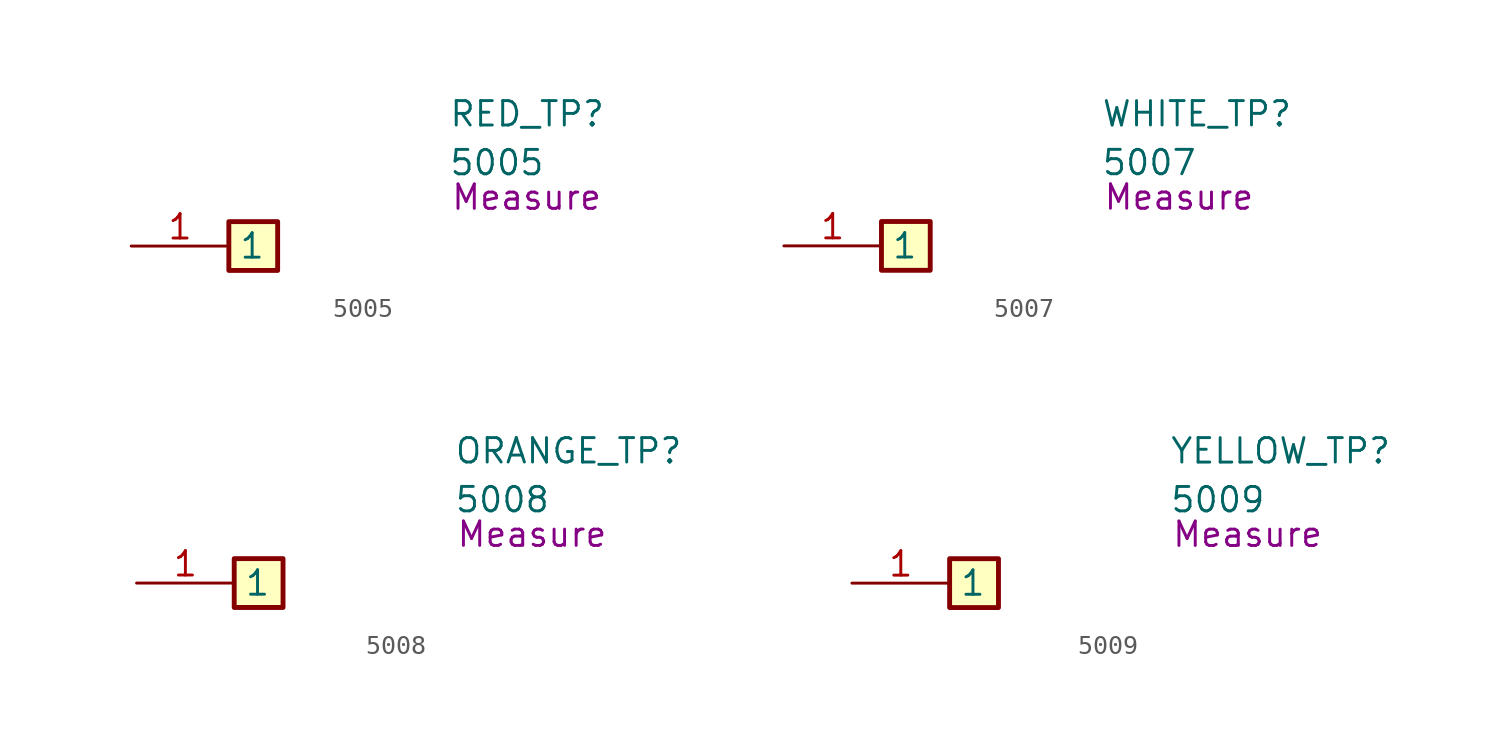
<source format=kicad_sym>
(kicad_symbol_lib
  (version 20241209)
  (generator "kicad_symbol_editor")
  (generator_version "9.0")
  (symbol "5005"
    (property "Reference" "RED_TP"
      (at 16.51 7.62 0)
      (effects (font (size 1.27 1.27)) (justify left top)))
    (property "Value" "5005"
      (at 16.51 5.08 0)
      (effects (font (size 1.27 1.27)) (justify left top)))
    (property "Measure" "Measure"
      (at 20.574 2.54 0)
      (effects (font (size 1.27 1.27))))
    (symbol "5005_1_1"
      (rectangle (start 5.08 1.27) (end 7.62 -1.27) (stroke (width 0.254) (type default)) (fill (type background)))
      (pin passive line (at 0 0 0) (length 5.08) (name "1" (effects (font (size 1.27 1.27)))) (number "1" (effects (font (size 1.27 1.27)))))))
  (symbol "5007"
    (property "Reference" "WHITE_TP"
      (at 16.51 7.62 0)
      (effects (font (size 1.27 1.27)) (justify left top)))
    (property "Value" "5007"
      (at 16.51 5.08 0)
      (effects (font (size 1.27 1.27)) (justify left top)))
    (property "Measure" "Measure"
      (at 20.574 2.54 0)
      (effects (font (size 1.27 1.27))))
    (symbol "5007_1_1"
      (rectangle (start 5.08 1.27) (end 7.62 -1.27) (stroke (width 0.254) (type default)) (fill (type background)))
      (pin passive line (at 0 0 0) (length 5.08) (name "1" (effects (font (size 1.27 1.27)))) (number "1" (effects (font (size 1.27 1.27)))))))
  (symbol "5008"
    (property "Reference" "ORANGE_TP"
      (at 16.51 7.62 0)
      (effects (font (size 1.27 1.27)) (justify left top)))
    (property "Value" "5008"
      (at 16.51 5.08 0)
      (effects (font (size 1.27 1.27)) (justify left top)))
    (property "Measure" "Measure"
      (at 20.574 2.54 0)
      (effects (font (size 1.27 1.27))))
    (symbol "5008_1_1"
      (rectangle (start 5.08 1.27) (end 7.62 -1.27) (stroke (width 0.254) (type default)) (fill (type background)))
      (pin passive line (at 0 0 0) (length 5.08) (name "1" (effects (font (size 1.27 1.27)))) (number "1" (effects (font (size 1.27 1.27)))))))
  (symbol "5009"
    (property "Reference" "YELLOW_TP"
      (at 16.51 7.62 0)
      (effects (font (size 1.27 1.27)) (justify left top)))
    (property "Value" "5009"
      (at 16.51 5.08 0)
      (effects (font (size 1.27 1.27)) (justify left top)))
    (property "Measure" "Measure"
      (at 20.574 2.54 0)
      (effects (font (size 1.27 1.27))))
    (symbol "5009_1_1"
      (rectangle (start 5.08 1.27) (end 7.62 -1.27) (stroke (width 0.254) (type default)) (fill (type background)))
      (pin passive line (at 0 0 0) (length 5.08) (name "1" (effects (font (size 1.27 1.27)))) (number "1" (effects (font (size 1.27 1.27))))))))
</source>
